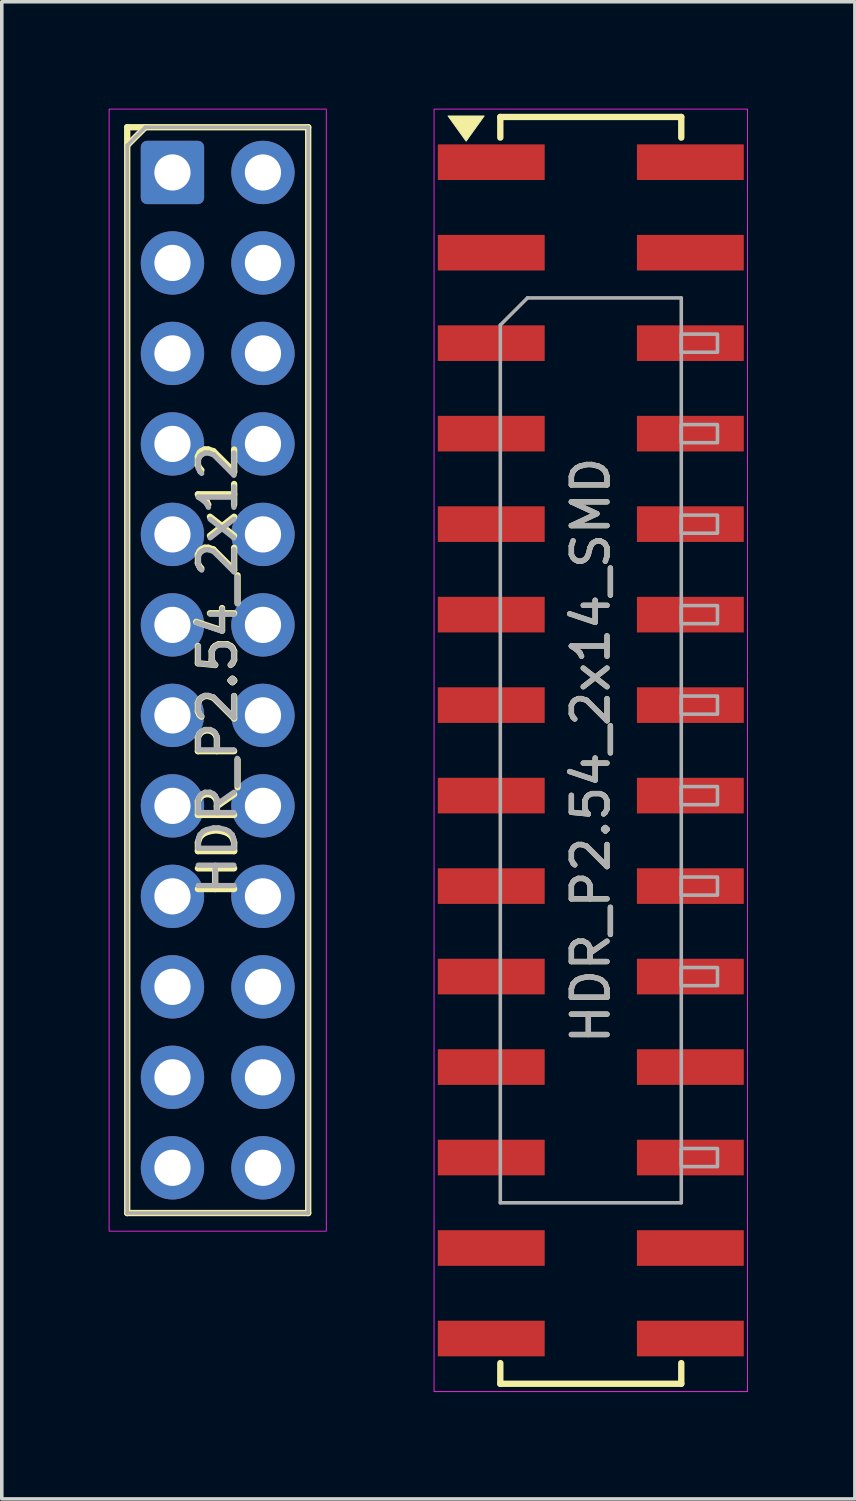
<source format=kicad_pcb>
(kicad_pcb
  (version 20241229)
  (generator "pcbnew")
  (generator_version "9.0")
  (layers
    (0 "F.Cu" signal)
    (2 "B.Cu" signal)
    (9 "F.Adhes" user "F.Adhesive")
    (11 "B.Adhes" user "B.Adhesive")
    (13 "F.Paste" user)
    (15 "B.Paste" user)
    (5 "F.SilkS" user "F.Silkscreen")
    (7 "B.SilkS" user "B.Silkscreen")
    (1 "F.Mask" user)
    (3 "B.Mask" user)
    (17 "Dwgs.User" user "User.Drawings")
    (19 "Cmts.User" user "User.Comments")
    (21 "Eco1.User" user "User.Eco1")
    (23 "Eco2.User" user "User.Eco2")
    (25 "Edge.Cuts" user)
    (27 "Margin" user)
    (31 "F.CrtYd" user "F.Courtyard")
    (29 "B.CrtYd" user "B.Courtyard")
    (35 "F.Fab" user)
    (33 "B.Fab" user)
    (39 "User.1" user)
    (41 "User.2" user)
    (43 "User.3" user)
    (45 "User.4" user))
  (footprint "HDR_P2.54_2x14_SMD"
    (layer "F.Cu")
    (at 13.534 18.013)
    (property "Reference" "HDR_P2.54_2x14_SMD" (at 0 0 90) (layer "F.SilkS") (effects (font (size 1 1) (thickness 0.15))))
    (attr smd)
    (fp_line (start -2.54 -17.2) (end -2.54 -17.78) (stroke (width 0.178) (type solid)) (layer "F.SilkS"))
    (fp_line (start -2.54 17.78) (end -2.54 17.2) (stroke (width 0.178) (type solid)) (layer "F.SilkS"))
    (fp_line (start 2.54 -17.78) (end -2.54 -17.78) (stroke (width 0.178) (type solid)) (layer "F.SilkS"))
    (fp_line (start 2.54 -17.2) (end 2.54 -17.78) (stroke (width 0.178) (type solid)) (layer "F.SilkS"))
    (fp_line (start 2.54 17.2) (end 2.54 17.78) (stroke (width 0.178) (type solid)) (layer "F.SilkS"))
    (fp_line (start 2.54 17.78) (end -2.54 17.78) (stroke (width 0.178) (type solid)) (layer "F.SilkS"))
    (fp_poly (pts (xy -3.5 -17.1) (xy -4.008 -17.808) (xy -2.992 -17.808)) (stroke (width 0.025) (type solid)) (fill yes) (layer "F.SilkS"))
    (fp_rect (start -4.4 -18) (end 4.4 18) (stroke (width 0.025) (type solid)) (fill no) (layer "F.CrtYd"))
    (fp_line (start -2.54 -11.938) (end -1.778 -12.7) (stroke (width 0.1) (type solid)) (layer "F.Fab"))
    (fp_line (start -2.54 12.7) (end -2.54 -11.938) (stroke (width 0.1) (type solid)) (layer "F.Fab"))
    (fp_line (start -1.778 -12.7) (end 2.54 -12.7) (stroke (width 0.1) (type solid)) (layer "F.Fab"))
    (fp_line (start 2.54 -12.7) (end 2.54 12.7) (stroke (width 0.1) (type solid)) (layer "F.Fab"))
    (fp_line (start 2.54 12.7) (end -2.54 12.7) (stroke (width 0.1) (type solid)) (layer "F.Fab"))
    (fp_rect (start 2.54 -11.684) (end 3.556 -11.176) (stroke (width 0.1) (type solid)) (fill no) (layer "F.Fab"))
    (fp_rect (start 2.54 -9.144) (end 3.556 -8.636) (stroke (width 0.1) (type solid)) (fill no) (layer "F.Fab"))
    (fp_rect (start 2.54 -6.604) (end 3.556 -6.096) (stroke (width 0.1) (type solid)) (fill no) (layer "F.Fab"))
    (fp_rect (start 2.54 -4.064) (end 3.556 -3.556) (stroke (width 0.1) (type solid)) (fill no) (layer "F.Fab"))
    (fp_rect (start 2.54 -1.524) (end 3.556 -1.016) (stroke (width 0.1) (type solid)) (fill no) (layer "F.Fab"))
    (fp_rect (start 2.54 1.016) (end 3.556 1.524) (stroke (width 0.1) (type solid)) (fill no) (layer "F.Fab"))
    (fp_rect (start 2.54 3.556) (end 3.556 4.064) (stroke (width 0.1) (type solid)) (fill no) (layer "F.Fab"))
    (fp_rect (start 2.54 6.096) (end 3.556 6.604) (stroke (width 0.1) (type solid)) (fill no) (layer "F.Fab"))
    (fp_rect (start 2.54 11.176) (end 3.556 11.684) (stroke (width 0.1) (type solid)) (fill no) (layer "F.Fab"))
    (fp_text user "${REFERENCE}" (at 0 0 90) (layer "F.Fab") (effects (font (size 1 1) (thickness 0.15))))
    (pad "1" smd rect (at -2.794 -16.51) (size 3 1) (layers "F.Cu" "F.Mask" "F.Paste"))
    (pad "2" smd rect (at 2.794 -16.51) (size 3 1) (layers "F.Cu" "F.Mask" "F.Paste"))
    (pad "3" smd rect (at -2.794 -13.97) (size 3 1) (layers "F.Cu" "F.Mask" "F.Paste"))
    (pad "4" smd rect (at 2.794 -13.97) (size 3 1) (layers "F.Cu" "F.Mask" "F.Paste"))
    (pad "5" smd rect (at -2.794 -11.43) (size 3 1) (layers "F.Cu" "F.Mask" "F.Paste"))
    (pad "6" smd rect (at 2.794 -11.43) (size 3 1) (layers "F.Cu" "F.Mask" "F.Paste"))
    (pad "7" smd rect (at -2.794 -8.89) (size 3 1) (layers "F.Cu" "F.Mask" "F.Paste"))
    (pad "8" smd rect (at 2.794 -8.89) (size 3 1) (layers "F.Cu" "F.Mask" "F.Paste"))
    (pad "9" smd rect (at -2.794 -6.35) (size 3 1) (layers "F.Cu" "F.Mask" "F.Paste"))
    (pad "10" smd rect (at 2.794 -6.35) (size 3 1) (layers "F.Cu" "F.Mask" "F.Paste"))
    (pad "11" smd rect (at -2.794 -3.81) (size 3 1) (layers "F.Cu" "F.Mask" "F.Paste"))
    (pad "12" smd rect (at 2.794 -3.81) (size 3 1) (layers "F.Cu" "F.Mask" "F.Paste"))
    (pad "13" smd rect (at -2.794 -1.27) (size 3 1) (layers "F.Cu" "F.Mask" "F.Paste"))
    (pad "14" smd rect (at 2.794 -1.27) (size 3 1) (layers "F.Cu" "F.Mask" "F.Paste"))
    (pad "15" smd rect (at -2.794 1.27) (size 3 1) (layers "F.Cu" "F.Mask" "F.Paste"))
    (pad "16" smd rect (at 2.794 1.27) (size 3 1) (layers "F.Cu" "F.Mask" "F.Paste"))
    (pad "17" smd rect (at -2.794 3.81) (size 3 1) (layers "F.Cu" "F.Mask" "F.Paste"))
    (pad "18" smd rect (at 2.794 3.81) (size 3 1) (layers "F.Cu" "F.Mask" "F.Paste"))
    (pad "19" smd rect (at -2.794 6.35) (size 3 1) (layers "F.Cu" "F.Mask" "F.Paste"))
    (pad "20" smd rect (at 2.794 6.35) (size 3 1) (layers "F.Cu" "F.Mask" "F.Paste"))
    (pad "21" smd rect (at -2.794 8.89) (size 3 1) (layers "F.Cu" "F.Mask" "F.Paste"))
    (pad "22" smd rect (at 2.794 8.89) (size 3 1) (layers "F.Cu" "F.Mask" "F.Paste"))
    (pad "23" smd rect (at -2.794 11.43) (size 3 1) (layers "F.Cu" "F.Mask" "F.Paste"))
    (pad "24" smd rect (at 2.794 11.43) (size 3 1) (layers "F.Cu" "F.Mask" "F.Paste"))
    (pad "25" smd rect (at -2.794 13.97) (size 3 1) (layers "F.Cu" "F.Mask" "F.Paste"))
    (pad "26" smd rect (at 2.794 13.97) (size 3 1) (layers "F.Cu" "F.Mask" "F.Paste"))
    (pad "27" smd rect (at -2.794 16.51) (size 3 1) (layers "F.Cu" "F.Mask" "F.Paste"))
    (pad "28" smd rect (at 2.794 16.51) (size 3 1) (layers "F.Cu" "F.Mask" "F.Paste")))
  (footprint "HDR_P2.54_2x12"
    (layer "F.Cu")
    (at 3.061 15.761)
    (property "Reference" "HDR_P2.54_2x12" (at 0 0 90) (layer "F.SilkS") (effects (font (size 1.016 1.016) (thickness 0.178))))
    (attr through_hole)
    (fp_line (start -2.54 -15.24) (end -2.54 15.24) (stroke (width 0.178) (type solid)) (layer "F.SilkS"))
    (fp_line (start -2.54 -15.24) (end 2.54 -15.24) (stroke (width 0.178) (type solid)) (layer "F.SilkS"))
    (fp_line (start -2.54 -14.732) (end -2.032 -15.24) (stroke (width 0.178) (type solid)) (layer "F.SilkS"))
    (fp_line (start -2.54 15.24) (end 2.54 15.24) (stroke (width 0.178) (type solid)) (layer "F.SilkS"))
    (fp_line (start 2.54 -15.24) (end 2.54 15.24) (stroke (width 0.178) (type solid)) (layer "F.SilkS"))
    (fp_rect (start -3.048 -15.748) (end 3.048 15.748) (stroke (width 0.025) (type solid)) (fill no) (layer "F.CrtYd"))
    (fp_line (start -2.54 -14.732) (end -2.032 -15.24) (stroke (width 0.1) (type solid)) (layer "F.Fab"))
    (fp_line (start -2.54 15.24) (end -2.54 -14.732) (stroke (width 0.1) (type solid)) (layer "F.Fab"))
    (fp_line (start -2.032 -15.24) (end 2.54 -15.24) (stroke (width 0.1) (type solid)) (layer "F.Fab"))
    (fp_line (start 2.54 -15.24) (end 2.54 15.24) (stroke (width 0.1) (type solid)) (layer "F.Fab"))
    (fp_line (start 2.54 15.24) (end -2.54 15.24) (stroke (width 0.1) (type solid)) (layer "F.Fab"))
    (fp_text user "${REFERENCE}" (at 0 0 90) (layer "F.Fab") (effects (font (size 1 1) (thickness 0.15))))
    (pad "1" thru_hole roundrect (at -1.27 -13.97) (size 1.778 1.778) (drill 1.016) (layers "*.Cu" "*.Mask") (roundrect_rratio 0.1))
    (pad "2" thru_hole oval (at 1.27 -13.97) (size 1.778 1.778) (drill 1.016) (layers "*.Cu" "*.Mask"))
    (pad "3" thru_hole oval (at -1.27 -11.43) (size 1.778 1.778) (drill 1.016) (layers "*.Cu" "*.Mask"))
    (pad "4" thru_hole oval (at 1.27 -11.43) (size 1.778 1.778) (drill 1.016) (layers "*.Cu" "*.Mask"))
    (pad "5" thru_hole oval (at -1.27 -8.89) (size 1.778 1.778) (drill 1.016) (layers "*.Cu" "*.Mask"))
    (pad "6" thru_hole oval (at 1.27 -8.89) (size 1.778 1.778) (drill 1.016) (layers "*.Cu" "*.Mask"))
    (pad "7" thru_hole oval (at -1.27 -6.35) (size 1.778 1.778) (drill 1.016) (layers "*.Cu" "*.Mask"))
    (pad "8" thru_hole oval (at 1.27 -6.35) (size 1.778 1.778) (drill 1.016) (layers "*.Cu" "*.Mask"))
    (pad "9" thru_hole oval (at -1.27 -3.81) (size 1.778 1.778) (drill 1.016) (layers "*.Cu" "*.Mask"))
    (pad "10" thru_hole oval (at 1.27 -3.81) (size 1.778 1.778) (drill 1.016) (layers "*.Cu" "*.Mask"))
    (pad "11" thru_hole oval (at -1.27 -1.27) (size 1.778 1.778) (drill 1.016) (layers "*.Cu" "*.Mask"))
    (pad "12" thru_hole oval (at 1.27 -1.27) (size 1.778 1.778) (drill 1.016) (layers "*.Cu" "*.Mask"))
    (pad "13" thru_hole oval (at -1.27 1.27) (size 1.778 1.778) (drill 1.016) (layers "*.Cu" "*.Mask"))
    (pad "14" thru_hole oval (at 1.27 1.27) (size 1.778 1.778) (drill 1.016) (layers "*.Cu" "*.Mask"))
    (pad "15" thru_hole oval (at -1.27 3.81) (size 1.778 1.778) (drill 1.016) (layers "*.Cu" "*.Mask"))
    (pad "16" thru_hole oval (at 1.27 3.81) (size 1.778 1.778) (drill 1.016) (layers "*.Cu" "*.Mask"))
    (pad "17" thru_hole oval (at -1.27 6.35) (size 1.778 1.778) (drill 1.016) (layers "*.Cu" "*.Mask"))
    (pad "18" thru_hole oval (at 1.27 6.35) (size 1.778 1.778) (drill 1.016) (layers "*.Cu" "*.Mask"))
    (pad "19" thru_hole oval (at -1.27 8.89) (size 1.778 1.778) (drill 1.016) (layers "*.Cu" "*.Mask"))
    (pad "20" thru_hole oval (at 1.27 8.89) (size 1.778 1.778) (drill 1.016) (layers "*.Cu" "*.Mask"))
    (pad "21" thru_hole oval (at -1.27 11.43) (size 1.778 1.778) (drill 1.016) (layers "*.Cu" "*.Mask"))
    (pad "22" thru_hole oval (at 1.27 11.43) (size 1.778 1.778) (drill 1.016) (layers "*.Cu" "*.Mask"))
    (pad "23" thru_hole oval (at -1.27 13.97) (size 1.778 1.778) (drill 1.016) (layers "*.Cu" "*.Mask"))
    (pad "24" thru_hole oval (at 1.27 13.97) (size 1.778 1.778) (drill 1.016) (layers "*.Cu" "*.Mask")))
  (gr_rect
    (start -3 -3)
    (end 20.947 39.025)
    (stroke (width 0.1) (type default))
    (fill no)
    (layer "Edge.Cuts")))
</source>
